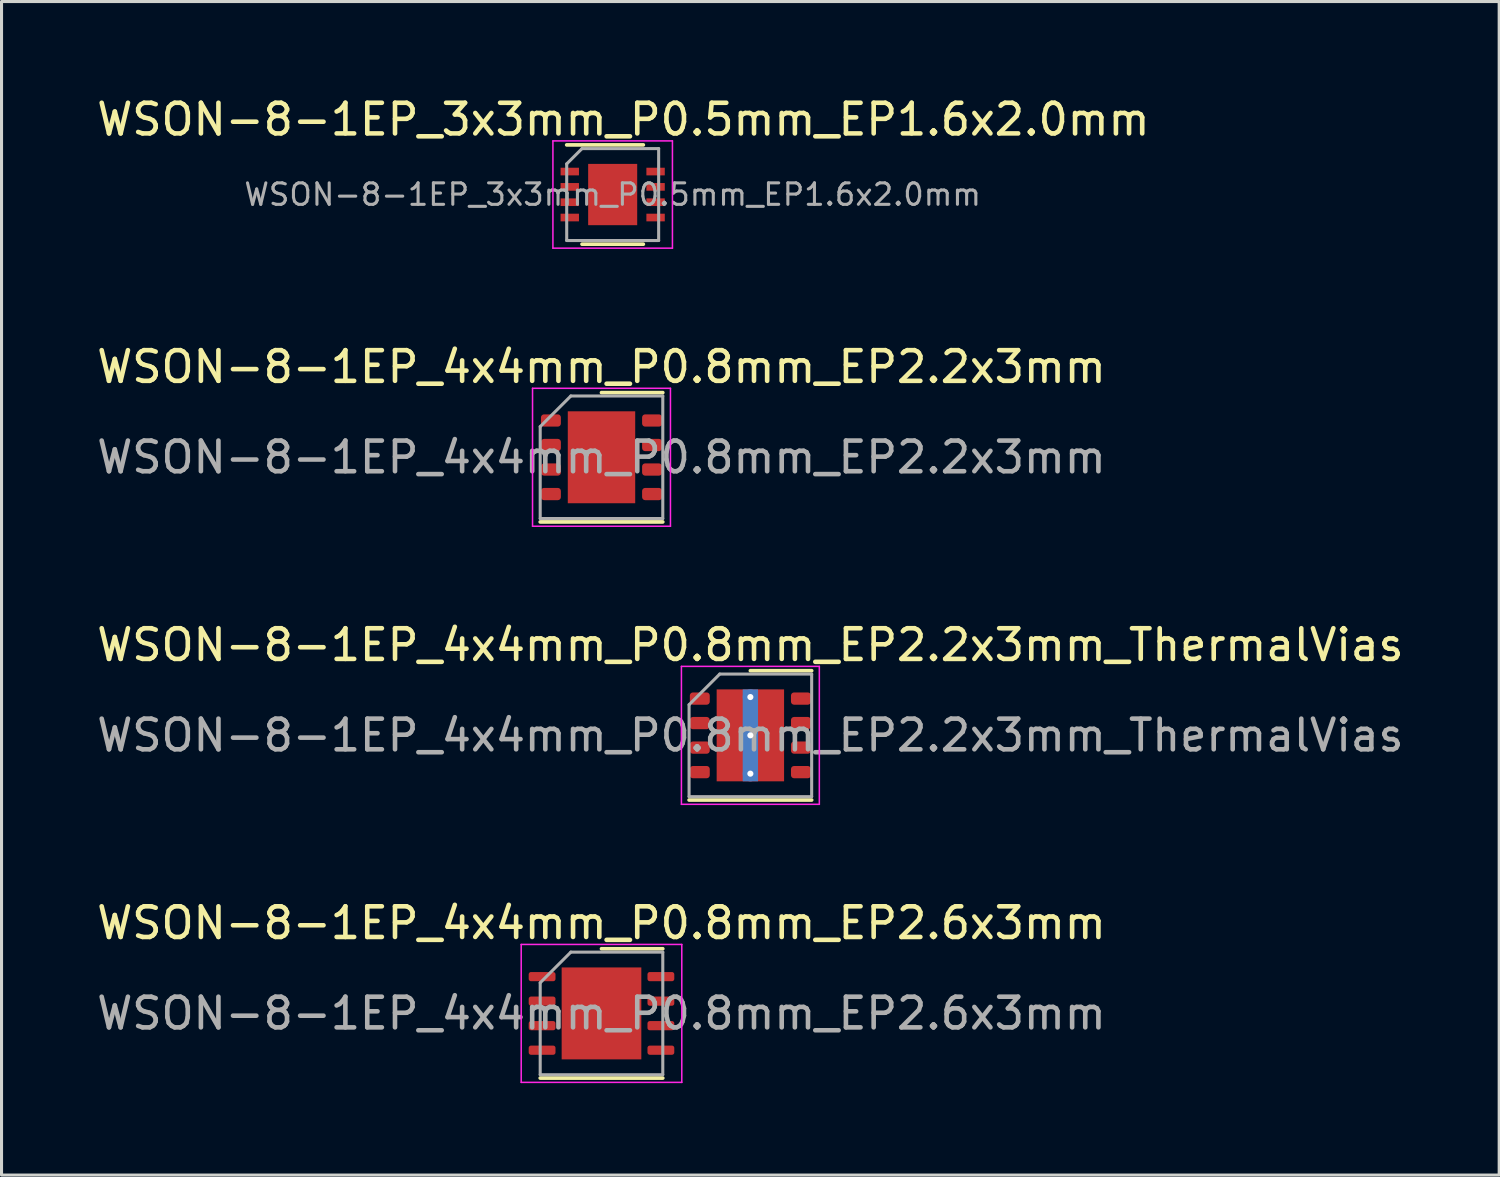
<source format=kicad_pcb>
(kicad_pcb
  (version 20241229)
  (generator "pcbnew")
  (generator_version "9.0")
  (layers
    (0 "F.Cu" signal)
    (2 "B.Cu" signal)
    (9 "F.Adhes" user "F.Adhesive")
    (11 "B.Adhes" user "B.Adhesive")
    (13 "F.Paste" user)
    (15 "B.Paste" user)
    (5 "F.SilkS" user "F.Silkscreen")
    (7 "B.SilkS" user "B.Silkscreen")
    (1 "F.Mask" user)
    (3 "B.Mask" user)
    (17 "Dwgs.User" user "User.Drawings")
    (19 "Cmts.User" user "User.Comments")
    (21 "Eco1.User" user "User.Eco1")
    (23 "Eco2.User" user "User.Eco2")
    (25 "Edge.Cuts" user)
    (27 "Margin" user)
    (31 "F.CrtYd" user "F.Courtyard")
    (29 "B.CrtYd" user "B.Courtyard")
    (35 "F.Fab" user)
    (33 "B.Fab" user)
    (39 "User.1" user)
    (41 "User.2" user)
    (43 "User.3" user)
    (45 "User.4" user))
  (footprint "WSON-8-1EP_4x4mm_P0.8mm_EP2.2x3mm"
    (layer "F.Cu")
    (at 16.577 11.871)
    (property "Reference" "WSON-8-1EP_4x4mm_P0.8mm_EP2.2x3mm" (at 0 -2.95 0) (layer "F.SilkS") (effects (font (size 1 1) (thickness 0.15))))
    (attr smd)
    (fp_line (start -2 2.11) (end 2 2.11) (stroke (width 0.12) (type solid)) (layer "F.SilkS"))
    (fp_line (start 0 -2.11) (end 2 -2.11) (stroke (width 0.12) (type solid)) (layer "F.SilkS"))
    (fp_line (start -2.25 -2.25) (end -2.25 2.25) (stroke (width 0.05) (type solid)) (layer "F.CrtYd"))
    (fp_line (start -2.25 2.25) (end 2.25 2.25) (stroke (width 0.05) (type solid)) (layer "F.CrtYd"))
    (fp_line (start 2.25 -2.25) (end -2.25 -2.25) (stroke (width 0.05) (type solid)) (layer "F.CrtYd"))
    (fp_line (start 2.25 2.25) (end 2.25 -2.25) (stroke (width 0.05) (type solid)) (layer "F.CrtYd"))
    (fp_line (start -2 -1) (end -1 -2) (stroke (width 0.1) (type solid)) (layer "F.Fab"))
    (fp_line (start -2 2) (end -2 -1) (stroke (width 0.1) (type solid)) (layer "F.Fab"))
    (fp_line (start -1 -2) (end 2 -2) (stroke (width 0.1) (type solid)) (layer "F.Fab"))
    (fp_line (start 2 -2) (end 2 2) (stroke (width 0.1) (type solid)) (layer "F.Fab"))
    (fp_line (start 2 2) (end -2 2) (stroke (width 0.1) (type solid)) (layer "F.Fab"))
    (fp_text user "${REFERENCE}" (at 0 0 0) (layer "F.Fab") (effects (font (size 1 1) (thickness 0.15))))
    (pad "" smd roundrect (at -0.55 -0.75) (size 0.89 1.21) (layers "F.Paste") (roundrect_rratio 0.25))
    (pad "" smd roundrect (at -0.55 0.75) (size 0.89 1.21) (layers "F.Paste") (roundrect_rratio 0.25))
    (pad "" smd roundrect (at 0.55 -0.75) (size 0.89 1.21) (layers "F.Paste") (roundrect_rratio 0.25))
    (pad "" smd roundrect (at 0.55 0.75) (size 0.89 1.21) (layers "F.Paste") (roundrect_rratio 0.25))
    (pad "1" smd roundrect (at -1.65 -1.2) (size 0.65 0.4) (layers "F.Cu" "F.Mask" "F.Paste") (roundrect_rratio 0.25))
    (pad "2" smd roundrect (at -1.65 -0.4) (size 0.65 0.4) (layers "F.Cu" "F.Mask" "F.Paste") (roundrect_rratio 0.25))
    (pad "3" smd roundrect (at -1.65 0.4) (size 0.65 0.4) (layers "F.Cu" "F.Mask" "F.Paste") (roundrect_rratio 0.25))
    (pad "4" smd roundrect (at -1.65 1.2) (size 0.65 0.4) (layers "F.Cu" "F.Mask" "F.Paste") (roundrect_rratio 0.25))
    (pad "5" smd roundrect (at 1.65 1.2) (size 0.65 0.4) (layers "F.Cu" "F.Mask" "F.Paste") (roundrect_rratio 0.25))
    (pad "6" smd roundrect (at 1.65 0.4) (size 0.65 0.4) (layers "F.Cu" "F.Mask" "F.Paste") (roundrect_rratio 0.25))
    (pad "7" smd roundrect (at 1.65 -0.4) (size 0.65 0.4) (layers "F.Cu" "F.Mask" "F.Paste") (roundrect_rratio 0.25))
    (pad "8" smd roundrect (at 1.65 -1.2) (size 0.65 0.4) (layers "F.Cu" "F.Mask" "F.Paste") (roundrect_rratio 0.25))
    (pad "9" smd rect (at 0 0) (size 2.2 3) (layers "F.Cu" "F.Mask")))
  (footprint "WSON-8-1EP_4x4mm_P0.8mm_EP2.2x3mm_ThermalVias"
    (layer "F.Cu")
    (at 21.435 20.945)
    (property "Reference" "WSON-8-1EP_4x4mm_P0.8mm_EP2.2x3mm_ThermalVias" (at 0 -2.95 0) (layer "F.SilkS") (effects (font (size 1 1) (thickness 0.15))))
    (attr smd)
    (fp_line (start -2 2.11) (end 2 2.11) (stroke (width 0.12) (type solid)) (layer "F.SilkS"))
    (fp_line (start 0 -2.11) (end 2 -2.11) (stroke (width 0.12) (type solid)) (layer "F.SilkS"))
    (fp_line (start -2.25 -2.25) (end -2.25 2.25) (stroke (width 0.05) (type solid)) (layer "F.CrtYd"))
    (fp_line (start -2.25 2.25) (end 2.25 2.25) (stroke (width 0.05) (type solid)) (layer "F.CrtYd"))
    (fp_line (start 2.25 -2.25) (end -2.25 -2.25) (stroke (width 0.05) (type solid)) (layer "F.CrtYd"))
    (fp_line (start 2.25 2.25) (end 2.25 -2.25) (stroke (width 0.05) (type solid)) (layer "F.CrtYd"))
    (fp_line (start -2 -1) (end -1 -2) (stroke (width 0.1) (type solid)) (layer "F.Fab"))
    (fp_line (start -2 2) (end -2 -1) (stroke (width 0.1) (type solid)) (layer "F.Fab"))
    (fp_line (start -1 -2) (end 2 -2) (stroke (width 0.1) (type solid)) (layer "F.Fab"))
    (fp_line (start 2 -2) (end 2 2) (stroke (width 0.1) (type solid)) (layer "F.Fab"))
    (fp_line (start 2 2) (end -2 2) (stroke (width 0.1) (type solid)) (layer "F.Fab"))
    (fp_text user "${REFERENCE}" (at 0 0 0) (layer "F.Fab") (effects (font (size 1 1) (thickness 0.15))))
    (pad "" smd roundrect (at -0.55 -0.625) (size 0.887 1.008) (layers "F.Paste") (roundrect_rratio 0.25))
    (pad "" smd roundrect (at -0.55 0.625) (size 0.887 1.008) (layers "F.Paste") (roundrect_rratio 0.25))
    (pad "" smd roundrect (at 0.55 -0.625) (size 0.887 1.008) (layers "F.Paste") (roundrect_rratio 0.25))
    (pad "" smd roundrect (at 0.55 0.625) (size 0.887 1.008) (layers "F.Paste") (roundrect_rratio 0.25))
    (pad "1" smd roundrect (at -1.65 -1.2) (size 0.65 0.4) (layers "F.Cu" "F.Mask" "F.Paste") (roundrect_rratio 0.25))
    (pad "2" smd roundrect (at -1.65 -0.4) (size 0.65 0.4) (layers "F.Cu" "F.Mask" "F.Paste") (roundrect_rratio 0.25))
    (pad "3" smd roundrect (at -1.65 0.4) (size 0.65 0.4) (layers "F.Cu" "F.Mask" "F.Paste") (roundrect_rratio 0.25))
    (pad "4" smd roundrect (at -1.65 1.2) (size 0.65 0.4) (layers "F.Cu" "F.Mask" "F.Paste") (roundrect_rratio 0.25))
    (pad "5" smd roundrect (at 1.65 1.2) (size 0.65 0.4) (layers "F.Cu" "F.Mask" "F.Paste") (roundrect_rratio 0.25))
    (pad "6" smd roundrect (at 1.65 0.4) (size 0.65 0.4) (layers "F.Cu" "F.Mask" "F.Paste") (roundrect_rratio 0.25))
    (pad "7" smd roundrect (at 1.65 -0.4) (size 0.65 0.4) (layers "F.Cu" "F.Mask" "F.Paste") (roundrect_rratio 0.25))
    (pad "8" smd roundrect (at 1.65 -1.2) (size 0.65 0.4) (layers "F.Cu" "F.Mask" "F.Paste") (roundrect_rratio 0.25))
    (pad "9" thru_hole circle (at 0 -1.25) (size 0.5 0.5) (drill 0.2) (layers "*.Cu"))
    (pad "9" thru_hole circle (at 0 0) (size 0.5 0.5) (drill 0.2) (layers "*.Cu"))
    (pad "9" smd rect (at 0 0) (size 0.5 3) (layers "B.Cu"))
    (pad "9" smd rect (at 0 0) (size 2.2 3) (layers "F.Cu" "F.Mask"))
    (pad "9" thru_hole circle (at 0 1.25) (size 0.5 0.5) (drill 0.2) (layers "*.Cu")))
  (footprint "WSON-8-1EP_3x3mm_P0.5mm_EP1.6x2.0mm"
    (layer "F.Cu")
    (at 16.942 3.298)
    (property "Reference" "WSON-8-1EP_3x3mm_P0.5mm_EP1.6x2.0mm" (at 0.35 -2.45 0) (layer "F.SilkS") (effects (font (size 1 1) (thickness 0.15))))
    (attr smd)
    (fp_line (start -1.5 -1.62) (end 1 -1.62) (stroke (width 0.12) (type solid)) (layer "F.SilkS"))
    (fp_line (start 1 1.62) (end -1 1.62) (stroke (width 0.12) (type solid)) (layer "F.SilkS"))
    (fp_line (start -1.95 -1.75) (end -1.95 1.75) (stroke (width 0.05) (type solid)) (layer "F.CrtYd"))
    (fp_line (start -1.95 -1.75) (end 1.95 -1.75) (stroke (width 0.05) (type solid)) (layer "F.CrtYd"))
    (fp_line (start -1.95 1.75) (end 1.95 1.75) (stroke (width 0.05) (type solid)) (layer "F.CrtYd"))
    (fp_line (start 1.95 -1.75) (end 1.95 1.75) (stroke (width 0.05) (type solid)) (layer "F.CrtYd"))
    (fp_line (start -1.5 1.5) (end -1.5 -1) (stroke (width 0.1) (type solid)) (layer "F.Fab"))
    (fp_line (start -1 -1.5) (end -1.5 -1) (stroke (width 0.1) (type solid)) (layer "F.Fab"))
    (fp_line (start -1 -1.5) (end 1.5 -1.5) (stroke (width 0.1) (type solid)) (layer "F.Fab"))
    (fp_line (start 1.5 -1.5) (end 1.5 1.5) (stroke (width 0.1) (type solid)) (layer "F.Fab"))
    (fp_line (start 1.5 1.5) (end -1.5 1.5) (stroke (width 0.1) (type solid)) (layer "F.Fab"))
    (fp_text user "${REFERENCE}" (at 0 0 0) (layer "F.Fab") (effects (font (size 0.7 0.7) (thickness 0.1))))
    (pad "" smd rect (at -0.45 -0.55) (size 0.6 0.8) (layers "F.Paste"))
    (pad "" smd rect (at -0.45 0.55) (size 0.6 0.8) (layers "F.Paste"))
    (pad "" smd rect (at 0.45 -0.55) (size 0.6 0.8) (layers "F.Paste"))
    (pad "" smd rect (at 0.45 0.55) (size 0.6 0.8) (layers "F.Paste"))
    (pad "1" smd rect (at -1.4 -0.75) (size 0.6 0.25) (layers "F.Cu" "F.Mask" "F.Paste"))
    (pad "2" smd rect (at -1.4 -0.25) (size 0.6 0.25) (layers "F.Cu" "F.Mask" "F.Paste"))
    (pad "3" smd rect (at -1.4 0.25) (size 0.6 0.25) (layers "F.Cu" "F.Mask" "F.Paste"))
    (pad "4" smd rect (at -1.4 0.75) (size 0.6 0.25) (layers "F.Cu" "F.Mask" "F.Paste"))
    (pad "5" smd rect (at 1.4 0.75) (size 0.6 0.25) (layers "F.Cu" "F.Mask" "F.Paste"))
    (pad "6" smd rect (at 1.4 0.25) (size 0.6 0.25) (layers "F.Cu" "F.Mask" "F.Paste"))
    (pad "7" smd rect (at 1.4 -0.25) (size 0.6 0.25) (layers "F.Cu" "F.Mask" "F.Paste"))
    (pad "8" smd rect (at 1.4 -0.75) (size 0.6 0.25) (layers "F.Cu" "F.Mask" "F.Paste"))
    (pad "9" smd rect (at 0 0) (size 1.6 2) (layers "F.Cu" "F.Mask")))
  (footprint "WSON-8-1EP_4x4mm_P0.8mm_EP2.6x3mm"
    (layer "F.Cu")
    (at 16.577 30.018)
    (property "Reference" "WSON-8-1EP_4x4mm_P0.8mm_EP2.6x3mm" (at 0 -2.95 0) (layer "F.SilkS") (effects (font (size 1 1) (thickness 0.15))))
    (attr smd)
    (fp_line (start -2 2.11) (end 2 2.11) (stroke (width 0.12) (type solid)) (layer "F.SilkS"))
    (fp_line (start 0 -2.11) (end 2 -2.11) (stroke (width 0.12) (type solid)) (layer "F.SilkS"))
    (fp_line (start -2.62 -2.25) (end -2.62 2.25) (stroke (width 0.05) (type solid)) (layer "F.CrtYd"))
    (fp_line (start -2.62 2.25) (end 2.62 2.25) (stroke (width 0.05) (type solid)) (layer "F.CrtYd"))
    (fp_line (start 2.62 -2.25) (end -2.62 -2.25) (stroke (width 0.05) (type solid)) (layer "F.CrtYd"))
    (fp_line (start 2.62 2.25) (end 2.62 -2.25) (stroke (width 0.05) (type solid)) (layer "F.CrtYd"))
    (fp_line (start -2 -1) (end -1 -2) (stroke (width 0.1) (type solid)) (layer "F.Fab"))
    (fp_line (start -2 2) (end -2 -1) (stroke (width 0.1) (type solid)) (layer "F.Fab"))
    (fp_line (start -1 -2) (end 2 -2) (stroke (width 0.1) (type solid)) (layer "F.Fab"))
    (fp_line (start 2 -2) (end 2 2) (stroke (width 0.1) (type solid)) (layer "F.Fab"))
    (fp_line (start 2 2) (end -2 2) (stroke (width 0.1) (type solid)) (layer "F.Fab"))
    (fp_text user "${REFERENCE}" (at 0 0 0) (layer "F.Fab") (effects (font (size 1 1) (thickness 0.15))))
    (pad "" smd roundrect (at -0.65 -0.75) (size 1.05 1.21) (layers "F.Paste") (roundrect_rratio 0.238))
    (pad "" smd roundrect (at -0.65 0.75) (size 1.05 1.21) (layers "F.Paste") (roundrect_rratio 0.238))
    (pad "" smd roundrect (at 0.65 -0.75) (size 1.05 1.21) (layers "F.Paste") (roundrect_rratio 0.238))
    (pad "" smd roundrect (at 0.65 0.75) (size 1.05 1.21) (layers "F.Paste") (roundrect_rratio 0.238))
    (pad "1" smd roundrect (at -1.938 -1.2) (size 0.875 0.3) (layers "F.Cu" "F.Mask" "F.Paste") (roundrect_rratio 0.25))
    (pad "2" smd roundrect (at -1.938 -0.4) (size 0.875 0.3) (layers "F.Cu" "F.Mask" "F.Paste") (roundrect_rratio 0.25))
    (pad "3" smd roundrect (at -1.938 0.4) (size 0.875 0.3) (layers "F.Cu" "F.Mask" "F.Paste") (roundrect_rratio 0.25))
    (pad "4" smd roundrect (at -1.938 1.2) (size 0.875 0.3) (layers "F.Cu" "F.Mask" "F.Paste") (roundrect_rratio 0.25))
    (pad "5" smd roundrect (at 1.938 1.2) (size 0.875 0.3) (layers "F.Cu" "F.Mask" "F.Paste") (roundrect_rratio 0.25))
    (pad "6" smd roundrect (at 1.938 0.4) (size 0.875 0.3) (layers "F.Cu" "F.Mask" "F.Paste") (roundrect_rratio 0.25))
    (pad "7" smd roundrect (at 1.938 -0.4) (size 0.875 0.3) (layers "F.Cu" "F.Mask" "F.Paste") (roundrect_rratio 0.25))
    (pad "8" smd roundrect (at 1.938 -1.2) (size 0.875 0.3) (layers "F.Cu" "F.Mask" "F.Paste") (roundrect_rratio 0.25))
    (pad "9" smd rect (at 0 0) (size 2.6 3) (layers "F.Cu" "F.Mask")))
  (gr_rect
    (start -3 -3)
    (end 45.869 35.293)
    (stroke (width 0.1) (type default))
    (fill no)
    (layer "Edge.Cuts")))
</source>
